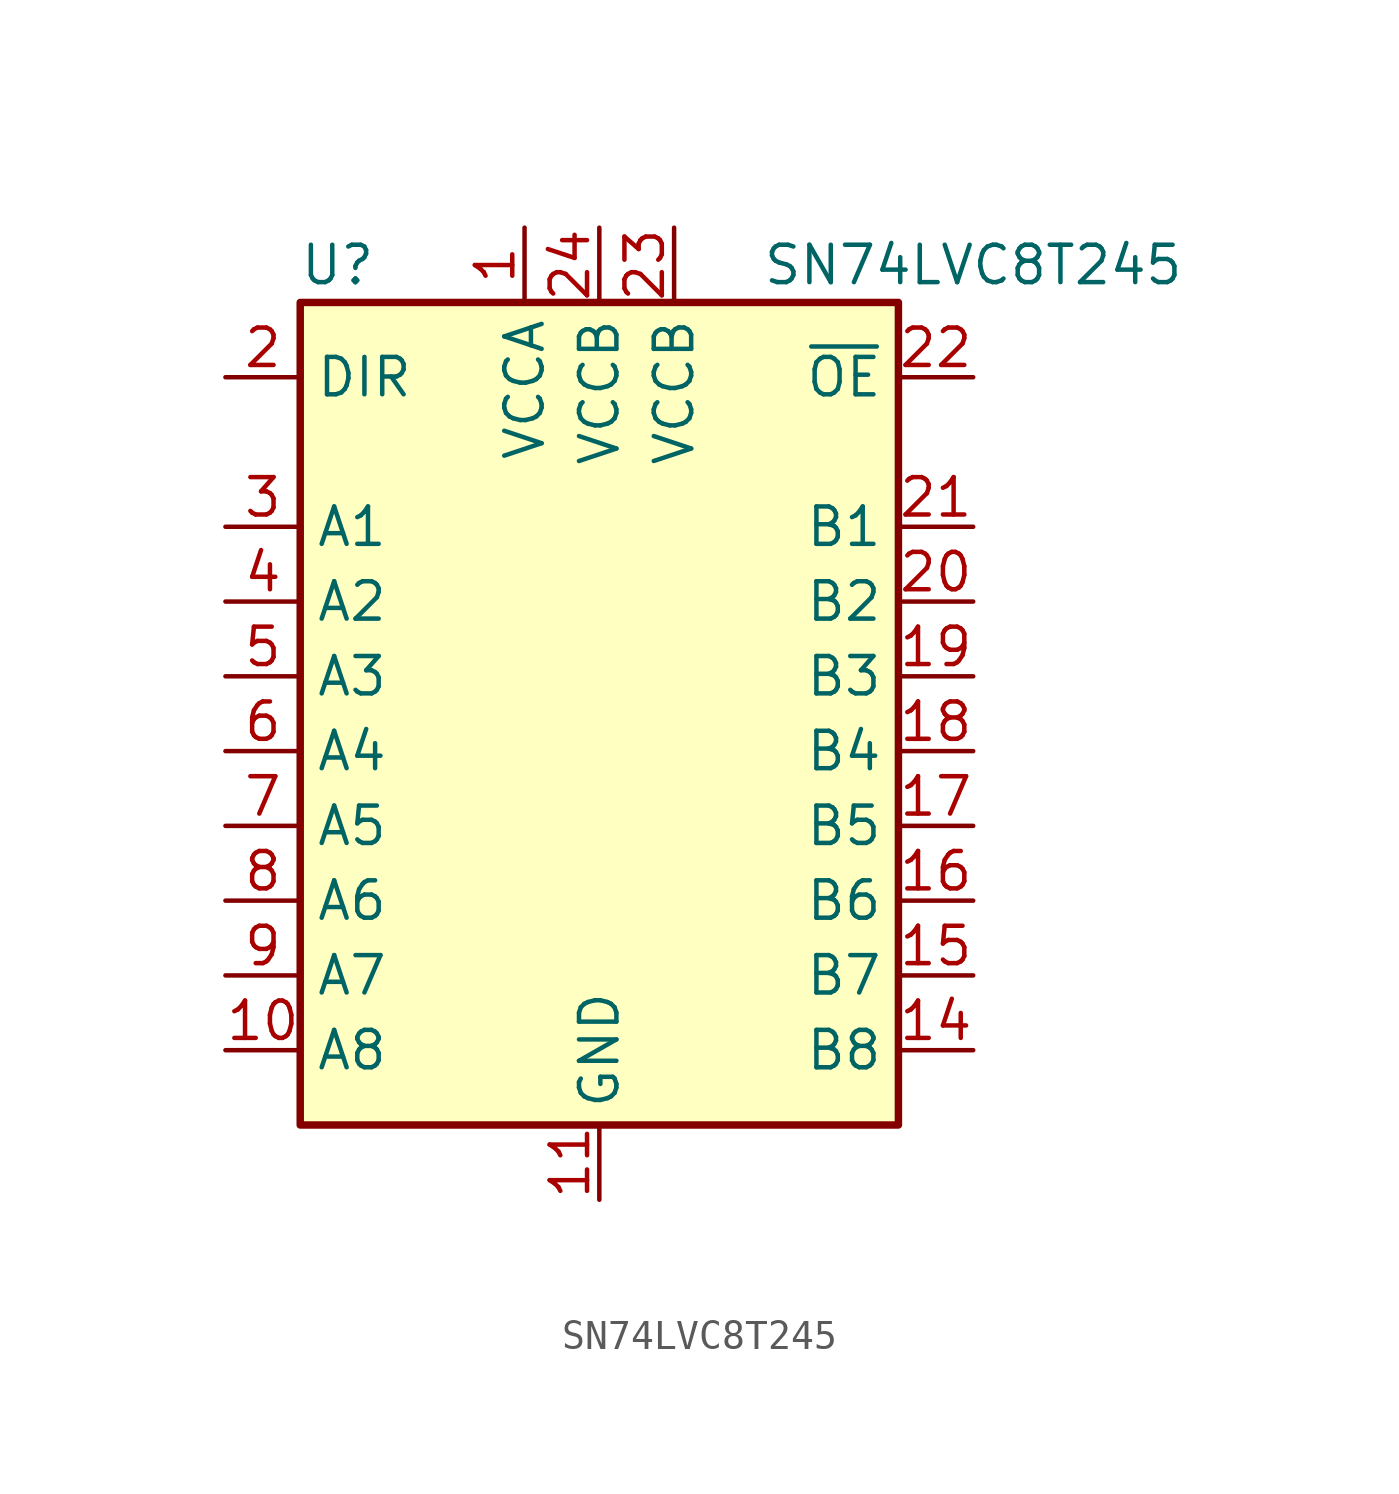
<source format=kicad_sym>
(kicad_symbol_lib
  (version 20211014)
  (generator kicad_symbol_editor)
  (symbol "SN74LVC8T245"
    (property "Reference" "U"
      (at -8.89 13.97 0)
      (effects (font (size 1.27 1.27))))
    (property "Value" "SN74LVC8T245"
      (at 12.7 13.97 0)
      (effects (font (size 1.27 1.27))))
    (symbol "SN74LVC8T245_0_1"
      (rectangle (start -10.16 12.7) (end 10.16 -15.24) (stroke (width 0.254) (type default) (color 0 0 0 0)) (fill (type background))))
    (symbol "SN74LVC8T245_1_1"
      (pin power_in line (at -2.54 15.24 270) (length 2.54) (name "VCCA" (effects (font (size 1.27 1.27)))) (number "1" (effects (font (size 1.27 1.27)))))
      (pin bidirectional line (at -12.7 -12.7 0) (length 2.54) (name "A8" (effects (font (size 1.27 1.27)))) (number "10" (effects (font (size 1.27 1.27)))))
      (pin power_in line (at 0 -17.78 90) (length 2.54) (name "GND" (effects (font (size 1.27 1.27)))) (number "11" (effects (font (size 1.27 1.27)))))
      (pin passive line (at 0 -17.78 90) (length 2.54) hide (name "GND" (effects (font (size 1.27 1.27)))) (number "12" (effects (font (size 1.27 1.27)))))
      (pin passive line (at 0 -17.78 90) (length 2.54) hide (name "GND" (effects (font (size 1.27 1.27)))) (number "13" (effects (font (size 1.27 1.27)))))
      (pin bidirectional line (at 12.7 -12.7 180) (length 2.54) (name "B8" (effects (font (size 1.27 1.27)))) (number "14" (effects (font (size 1.27 1.27)))))
      (pin bidirectional line (at 12.7 -10.16 180) (length 2.54) (name "B7" (effects (font (size 1.27 1.27)))) (number "15" (effects (font (size 1.27 1.27)))))
      (pin bidirectional line (at 12.7 -7.62 180) (length 2.54) (name "B6" (effects (font (size 1.27 1.27)))) (number "16" (effects (font (size 1.27 1.27)))))
      (pin bidirectional line (at 12.7 -5.08 180) (length 2.54) (name "B5" (effects (font (size 1.27 1.27)))) (number "17" (effects (font (size 1.27 1.27)))))
      (pin bidirectional line (at 12.7 -2.54 180) (length 2.54) (name "B4" (effects (font (size 1.27 1.27)))) (number "18" (effects (font (size 1.27 1.27)))))
      (pin bidirectional line (at 12.7 0 180) (length 2.54) (name "B3" (effects (font (size 1.27 1.27)))) (number "19" (effects (font (size 1.27 1.27)))))
      (pin input line (at -12.7 10.16 0) (length 2.54) (name "DIR" (effects (font (size 1.27 1.27)))) (number "2" (effects (font (size 1.27 1.27)))))
      (pin bidirectional line (at 12.7 2.54 180) (length 2.54) (name "B2" (effects (font (size 1.27 1.27)))) (number "20" (effects (font (size 1.27 1.27)))))
      (pin bidirectional line (at 12.7 5.08 180) (length 2.54) (name "B1" (effects (font (size 1.27 1.27)))) (number "21" (effects (font (size 1.27 1.27)))))
      (pin input line (at 12.7 10.16 180) (length 2.54) (name "~{OE}" (effects (font (size 1.27 1.27)))) (number "22" (effects (font (size 1.27 1.27)))))
      (pin power_in line (at 2.54 15.24 270) (length 2.54) (name "VCCB" (effects (font (size 1.27 1.27)))) (number "23" (effects (font (size 1.27 1.27)))))
      (pin power_in line (at 0 15.24 270) (length 2.54) (name "VCCB" (effects (font (size 1.27 1.27)))) (number "24" (effects (font (size 1.27 1.27)))))
      (pin bidirectional line (at -12.7 5.08 0) (length 2.54) (name "A1" (effects (font (size 1.27 1.27)))) (number "3" (effects (font (size 1.27 1.27)))))
      (pin bidirectional line (at -12.7 2.54 0) (length 2.54) (name "A2" (effects (font (size 1.27 1.27)))) (number "4" (effects (font (size 1.27 1.27)))))
      (pin bidirectional line (at -12.7 0 0) (length 2.54) (name "A3" (effects (font (size 1.27 1.27)))) (number "5" (effects (font (size 1.27 1.27)))))
      (pin bidirectional line (at -12.7 -2.54 0) (length 2.54) (name "A4" (effects (font (size 1.27 1.27)))) (number "6" (effects (font (size 1.27 1.27)))))
      (pin bidirectional line (at -12.7 -5.08 0) (length 2.54) (name "A5" (effects (font (size 1.27 1.27)))) (number "7" (effects (font (size 1.27 1.27)))))
      (pin bidirectional line (at -12.7 -7.62 0) (length 2.54) (name "A6" (effects (font (size 1.27 1.27)))) (number "8" (effects (font (size 1.27 1.27)))))
      (pin bidirectional line (at -12.7 -10.16 0) (length 2.54) (name "A7" (effects (font (size 1.27 1.27)))) (number "9" (effects (font (size 1.27 1.27))))))))
</source>
